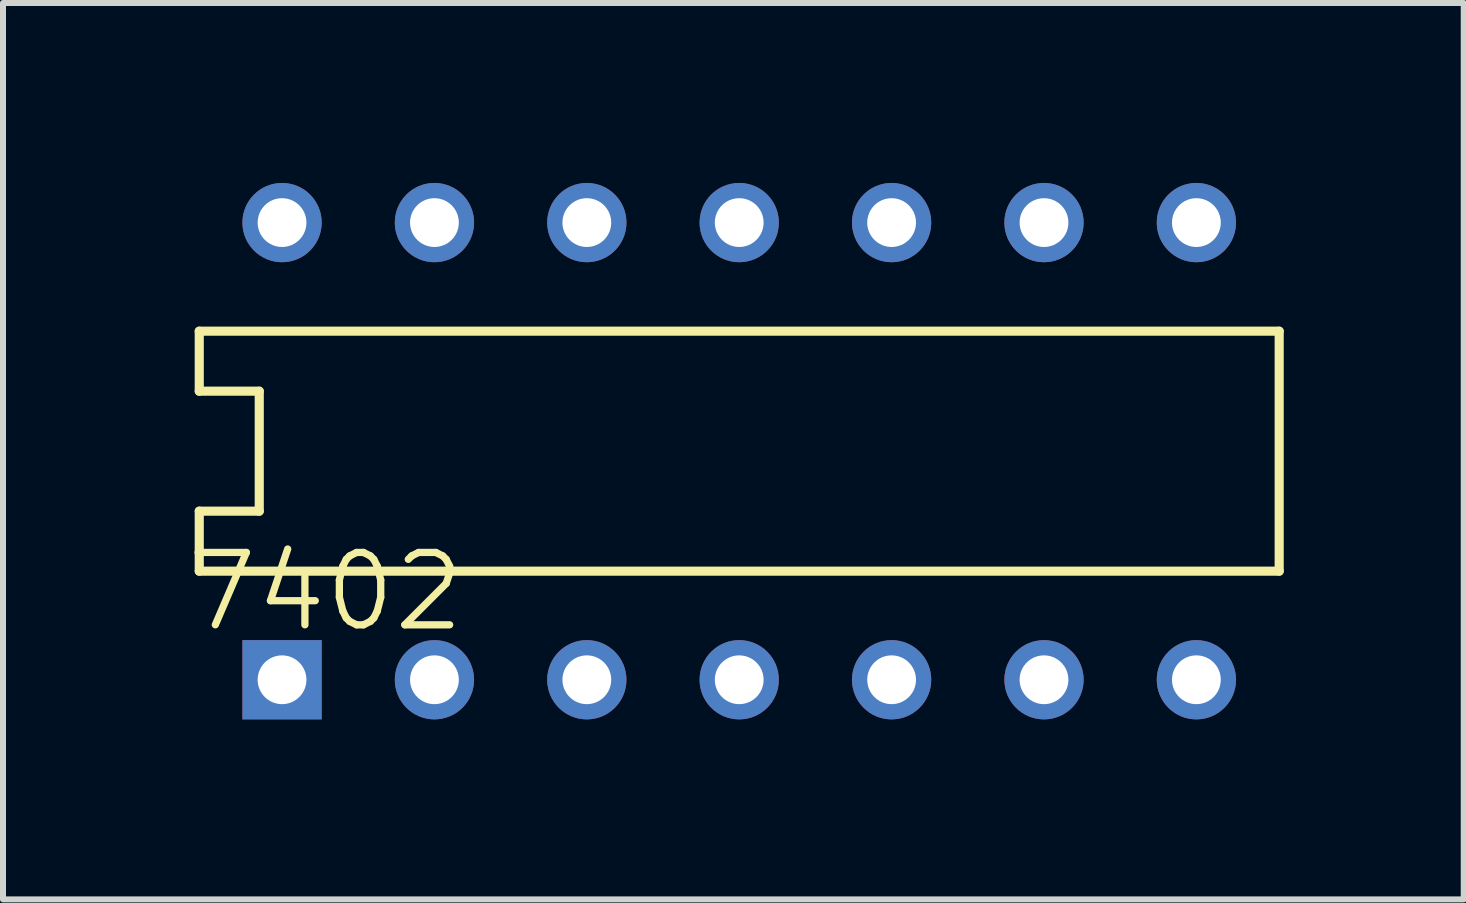
<source format=kicad_pcb>
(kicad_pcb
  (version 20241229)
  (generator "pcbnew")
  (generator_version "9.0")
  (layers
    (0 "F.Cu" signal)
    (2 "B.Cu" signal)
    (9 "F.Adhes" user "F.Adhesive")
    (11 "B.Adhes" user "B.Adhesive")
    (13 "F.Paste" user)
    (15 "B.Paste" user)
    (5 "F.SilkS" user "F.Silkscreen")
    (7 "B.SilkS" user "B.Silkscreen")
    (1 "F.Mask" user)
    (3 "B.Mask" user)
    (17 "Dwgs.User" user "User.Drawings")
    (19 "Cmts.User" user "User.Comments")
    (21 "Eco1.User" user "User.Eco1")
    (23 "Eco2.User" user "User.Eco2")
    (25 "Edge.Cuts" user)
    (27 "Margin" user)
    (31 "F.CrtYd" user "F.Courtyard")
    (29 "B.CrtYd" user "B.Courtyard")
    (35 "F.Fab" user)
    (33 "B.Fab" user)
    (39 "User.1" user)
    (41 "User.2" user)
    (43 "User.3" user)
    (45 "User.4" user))
  (footprint "7402"
    (layer "F.Cu")
    (at 1.651 8.28)
    (property "Reference" "7402" (at -1.651 -0.762 180) (layer "F.SilkS") (effects (font (size 1.206 1.206) (thickness 0.121)) (justify left bottom)))
    (attr through_hole)
    (fp_line (start -1.38 -5.81) (end -1.38 -4.81) (stroke (width 0.152) (type solid)) (layer "F.SilkS"))
    (fp_line (start -1.38 -4.81) (end -0.38 -4.81) (stroke (width 0.152) (type solid)) (layer "F.SilkS"))
    (fp_line (start -1.38 -2.81) (end -0.38 -2.81) (stroke (width 0.152) (type solid)) (layer "F.SilkS"))
    (fp_line (start -1.38 -1.81) (end -1.38 -2.81) (stroke (width 0.152) (type solid)) (layer "F.SilkS"))
    (fp_line (start -1.38 -1.81) (end 16.62 -1.81) (stroke (width 0.152) (type solid)) (layer "F.SilkS"))
    (fp_line (start -0.38 -2.81) (end -0.38 -4.81) (stroke (width 0.152) (type solid)) (layer "F.SilkS"))
    (fp_line (start 16.62 -5.81) (end -1.38 -5.81) (stroke (width 0.152) (type solid)) (layer "F.SilkS"))
    (fp_line (start 16.62 -5.81) (end 16.62 -1.81) (stroke (width 0.152) (type solid)) (layer "F.SilkS"))
    (pad "1" thru_hole rect (at 0 0 90) (size 1.321 1.321) (drill 0.813) (layers "*.Cu" "*.Mask"))
    (pad "2" thru_hole circle (at 2.54 0 90) (size 1.321 1.321) (drill 0.813) (layers "*.Cu" "*.Mask"))
    (pad "3" thru_hole circle (at 5.08 0 90) (size 1.321 1.321) (drill 0.813) (layers "*.Cu" "*.Mask"))
    (pad "4" thru_hole circle (at 7.62 0 90) (size 1.321 1.321) (drill 0.813) (layers "*.Cu" "*.Mask"))
    (pad "5" thru_hole circle (at 10.16 0 90) (size 1.321 1.321) (drill 0.813) (layers "*.Cu" "*.Mask"))
    (pad "6" thru_hole circle (at 12.7 0 90) (size 1.321 1.321) (drill 0.813) (layers "*.Cu" "*.Mask"))
    (pad "7" thru_hole circle (at 15.24 0 90) (size 1.321 1.321) (drill 0.813) (layers "*.Cu" "*.Mask"))
    (pad "8" thru_hole circle (at 15.24 -7.62 90) (size 1.321 1.321) (drill 0.813) (layers "*.Cu" "*.Mask"))
    (pad "9" thru_hole circle (at 12.7 -7.62 90) (size 1.321 1.321) (drill 0.813) (layers "*.Cu" "*.Mask"))
    (pad "10" thru_hole circle (at 10.16 -7.62 90) (size 1.321 1.321) (drill 0.813) (layers "*.Cu" "*.Mask"))
    (pad "11" thru_hole circle (at 7.62 -7.62 90) (size 1.321 1.321) (drill 0.813) (layers "*.Cu" "*.Mask"))
    (pad "12" thru_hole circle (at 5.08 -7.62 90) (size 1.321 1.321) (drill 0.813) (layers "*.Cu" "*.Mask"))
    (pad "13" thru_hole circle (at 2.54 -7.62 90) (size 1.321 1.321) (drill 0.813) (layers "*.Cu" "*.Mask"))
    (pad "14" thru_hole circle (at 0 -7.62 90) (size 1.321 1.321) (drill 0.813) (layers "*.Cu" "*.Mask")))
  (gr_rect
    (start -3 -3)
    (end 21.347 11.941)
    (stroke (width 0.1) (type default))
    (fill no)
    (layer "Edge.Cuts")))
</source>
